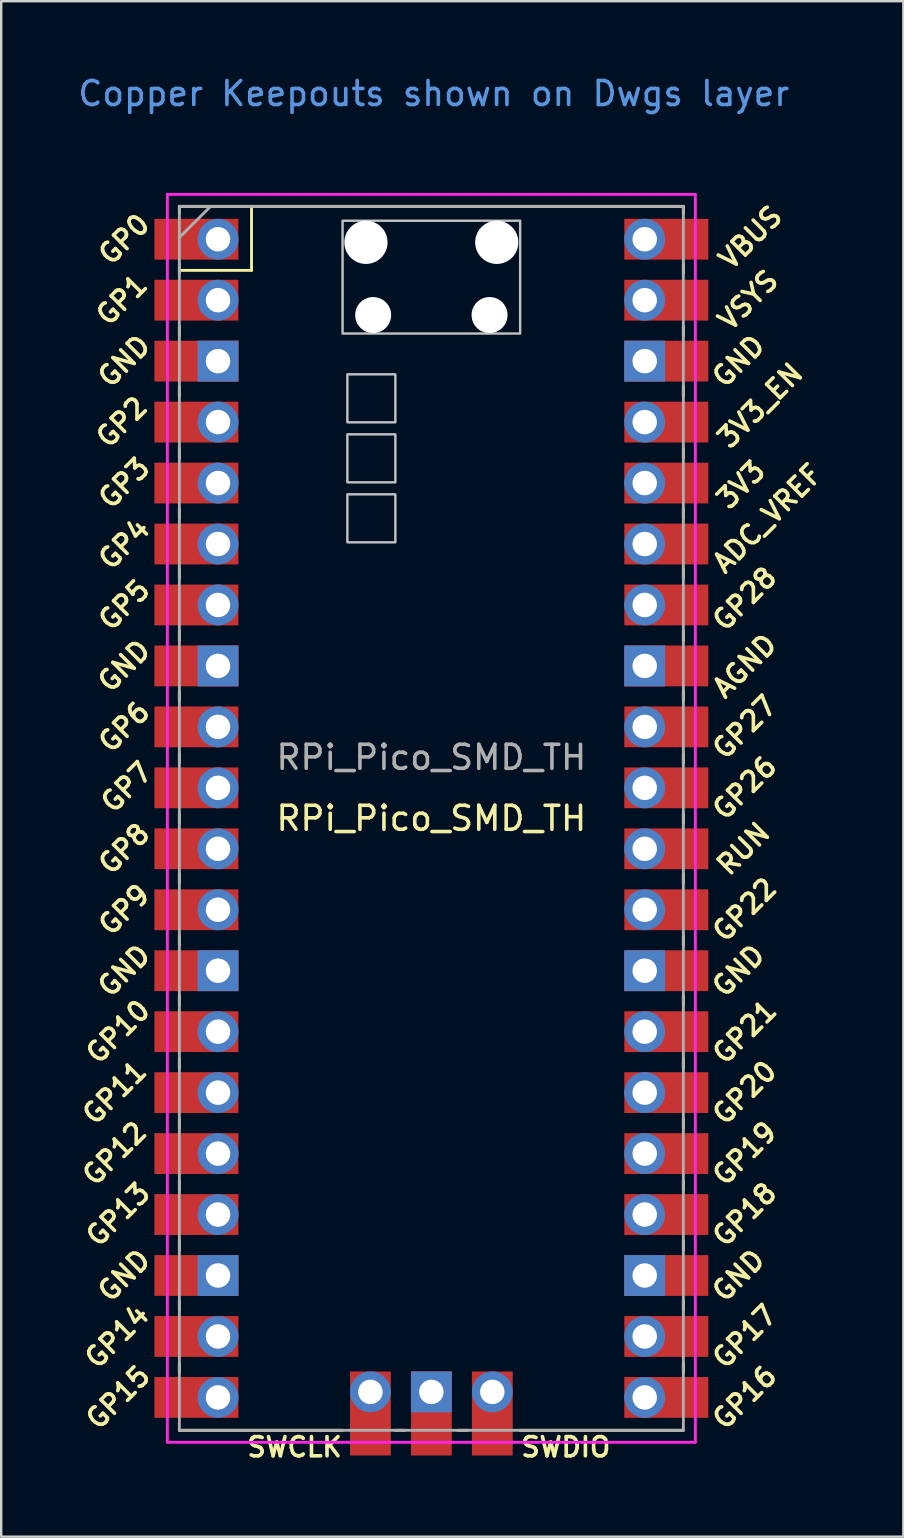
<source format=kicad_pcb>
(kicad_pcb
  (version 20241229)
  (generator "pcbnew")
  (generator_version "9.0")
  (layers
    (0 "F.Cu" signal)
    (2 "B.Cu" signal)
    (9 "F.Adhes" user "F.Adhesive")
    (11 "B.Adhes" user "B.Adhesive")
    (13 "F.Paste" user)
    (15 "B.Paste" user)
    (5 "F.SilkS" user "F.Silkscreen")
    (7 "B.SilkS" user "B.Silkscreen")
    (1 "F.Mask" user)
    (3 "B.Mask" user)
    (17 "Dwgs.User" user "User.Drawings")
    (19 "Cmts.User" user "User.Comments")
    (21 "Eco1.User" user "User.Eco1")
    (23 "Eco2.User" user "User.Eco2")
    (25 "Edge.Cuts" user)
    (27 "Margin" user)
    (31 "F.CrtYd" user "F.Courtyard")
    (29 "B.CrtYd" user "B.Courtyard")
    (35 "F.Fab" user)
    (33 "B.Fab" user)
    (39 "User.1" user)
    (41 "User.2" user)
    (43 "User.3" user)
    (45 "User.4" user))
  (footprint "RPi_Pico_SMD_TH"
    (layer "F.Cu")
    (at 14.924 31.048)
    (property "Reference" "RPi_Pico_SMD_TH" (at 0 0 0) (layer "F.SilkS") (effects (font (size 1 1) (thickness 0.15))))
    (attr through_hole)
    (fp_line (start -10.5 -25.5) (end -10.5 -25.2) (stroke (width 0.12) (type solid)) (layer "F.SilkS"))
    (fp_line (start -10.5 -25.5) (end 10.5 -25.5) (stroke (width 0.12) (type solid)) (layer "F.SilkS"))
    (fp_line (start -10.5 -23.1) (end -10.5 -22.7) (stroke (width 0.12) (type solid)) (layer "F.SilkS"))
    (fp_line (start -10.5 -22.833) (end -7.493 -22.833) (stroke (width 0.12) (type solid)) (layer "F.SilkS"))
    (fp_line (start -10.5 -20.5) (end -10.5 -20.1) (stroke (width 0.12) (type solid)) (layer "F.SilkS"))
    (fp_line (start -10.5 -18) (end -10.5 -17.6) (stroke (width 0.12) (type solid)) (layer "F.SilkS"))
    (fp_line (start -10.5 -15.4) (end -10.5 -15) (stroke (width 0.12) (type solid)) (layer "F.SilkS"))
    (fp_line (start -10.5 -12.9) (end -10.5 -12.5) (stroke (width 0.12) (type solid)) (layer "F.SilkS"))
    (fp_line (start -10.5 -10.4) (end -10.5 -10) (stroke (width 0.12) (type solid)) (layer "F.SilkS"))
    (fp_line (start -10.5 -7.8) (end -10.5 -7.4) (stroke (width 0.12) (type solid)) (layer "F.SilkS"))
    (fp_line (start -10.5 -5.3) (end -10.5 -4.9) (stroke (width 0.12) (type solid)) (layer "F.SilkS"))
    (fp_line (start -10.5 -2.7) (end -10.5 -2.3) (stroke (width 0.12) (type solid)) (layer "F.SilkS"))
    (fp_line (start -10.5 -0.2) (end -10.5 0.2) (stroke (width 0.12) (type solid)) (layer "F.SilkS"))
    (fp_line (start -10.5 2.3) (end -10.5 2.7) (stroke (width 0.12) (type solid)) (layer "F.SilkS"))
    (fp_line (start -10.5 4.9) (end -10.5 5.3) (stroke (width 0.12) (type solid)) (layer "F.SilkS"))
    (fp_line (start -10.5 7.4) (end -10.5 7.8) (stroke (width 0.12) (type solid)) (layer "F.SilkS"))
    (fp_line (start -10.5 10) (end -10.5 10.4) (stroke (width 0.12) (type solid)) (layer "F.SilkS"))
    (fp_line (start -10.5 12.5) (end -10.5 12.9) (stroke (width 0.12) (type solid)) (layer "F.SilkS"))
    (fp_line (start -10.5 15.1) (end -10.5 15.5) (stroke (width 0.12) (type solid)) (layer "F.SilkS"))
    (fp_line (start -10.5 17.6) (end -10.5 18) (stroke (width 0.12) (type solid)) (layer "F.SilkS"))
    (fp_line (start -10.5 20.1) (end -10.5 20.5) (stroke (width 0.12) (type solid)) (layer "F.SilkS"))
    (fp_line (start -10.5 22.7) (end -10.5 23.1) (stroke (width 0.12) (type solid)) (layer "F.SilkS"))
    (fp_line (start -7.493 -22.833) (end -7.493 -25.5) (stroke (width 0.12) (type solid)) (layer "F.SilkS"))
    (fp_line (start -3.7 25.5) (end -10.5 25.5) (stroke (width 0.12) (type solid)) (layer "F.SilkS"))
    (fp_line (start -1.5 25.5) (end -1.1 25.5) (stroke (width 0.12) (type solid)) (layer "F.SilkS"))
    (fp_line (start 1.1 25.5) (end 1.5 25.5) (stroke (width 0.12) (type solid)) (layer "F.SilkS"))
    (fp_line (start 10.5 -25.5) (end 10.5 -25.2) (stroke (width 0.12) (type solid)) (layer "F.SilkS"))
    (fp_line (start 10.5 -23.1) (end 10.5 -22.7) (stroke (width 0.12) (type solid)) (layer "F.SilkS"))
    (fp_line (start 10.5 -20.5) (end 10.5 -20.1) (stroke (width 0.12) (type solid)) (layer "F.SilkS"))
    (fp_line (start 10.5 -18) (end 10.5 -17.6) (stroke (width 0.12) (type solid)) (layer "F.SilkS"))
    (fp_line (start 10.5 -15.4) (end 10.5 -15) (stroke (width 0.12) (type solid)) (layer "F.SilkS"))
    (fp_line (start 10.5 -12.9) (end 10.5 -12.5) (stroke (width 0.12) (type solid)) (layer "F.SilkS"))
    (fp_line (start 10.5 -10.4) (end 10.5 -10) (stroke (width 0.12) (type solid)) (layer "F.SilkS"))
    (fp_line (start 10.5 -7.8) (end 10.5 -7.4) (stroke (width 0.12) (type solid)) (layer "F.SilkS"))
    (fp_line (start 10.5 -5.3) (end 10.5 -4.9) (stroke (width 0.12) (type solid)) (layer "F.SilkS"))
    (fp_line (start 10.5 -2.7) (end 10.5 -2.3) (stroke (width 0.12) (type solid)) (layer "F.SilkS"))
    (fp_line (start 10.5 -0.2) (end 10.5 0.2) (stroke (width 0.12) (type solid)) (layer "F.SilkS"))
    (fp_line (start 10.5 2.3) (end 10.5 2.7) (stroke (width 0.12) (type solid)) (layer "F.SilkS"))
    (fp_line (start 10.5 4.9) (end 10.5 5.3) (stroke (width 0.12) (type solid)) (layer "F.SilkS"))
    (fp_line (start 10.5 7.4) (end 10.5 7.8) (stroke (width 0.12) (type solid)) (layer "F.SilkS"))
    (fp_line (start 10.5 10) (end 10.5 10.4) (stroke (width 0.12) (type solid)) (layer "F.SilkS"))
    (fp_line (start 10.5 12.5) (end 10.5 12.9) (stroke (width 0.12) (type solid)) (layer "F.SilkS"))
    (fp_line (start 10.5 15.1) (end 10.5 15.5) (stroke (width 0.12) (type solid)) (layer "F.SilkS"))
    (fp_line (start 10.5 17.6) (end 10.5 18) (stroke (width 0.12) (type solid)) (layer "F.SilkS"))
    (fp_line (start 10.5 20.1) (end 10.5 20.5) (stroke (width 0.12) (type solid)) (layer "F.SilkS"))
    (fp_line (start 10.5 22.7) (end 10.5 23.1) (stroke (width 0.12) (type solid)) (layer "F.SilkS"))
    (fp_line (start 10.5 25.5) (end 3.7 25.5) (stroke (width 0.12) (type solid)) (layer "F.SilkS"))
    (fp_poly (pts (xy -1.5 -16.5) (xy -3.5 -16.5) (xy -3.5 -18.5) (xy -1.5 -18.5)) (stroke (width 0.1) (type solid)) (fill no) (layer "Dwgs.User"))
    (fp_poly (pts (xy -1.5 -14) (xy -3.5 -14) (xy -3.5 -16) (xy -1.5 -16)) (stroke (width 0.1) (type solid)) (fill no) (layer "Dwgs.User"))
    (fp_poly (pts (xy -1.5 -11.5) (xy -3.5 -11.5) (xy -3.5 -13.5) (xy -1.5 -13.5)) (stroke (width 0.1) (type solid)) (fill no) (layer "Dwgs.User"))
    (fp_poly (pts (xy 3.7 -20.2) (xy -3.7 -20.2) (xy -3.7 -24.9) (xy 3.7 -24.9)) (stroke (width 0.1) (type solid)) (fill no) (layer "Dwgs.User"))
    (fp_line (start -11 -26) (end 11 -26) (stroke (width 0.12) (type solid)) (layer "F.CrtYd"))
    (fp_line (start -11 26) (end -11 -26) (stroke (width 0.12) (type solid)) (layer "F.CrtYd"))
    (fp_line (start 11 -26) (end 11 26) (stroke (width 0.12) (type solid)) (layer "F.CrtYd"))
    (fp_line (start 11 26) (end -11 26) (stroke (width 0.12) (type solid)) (layer "F.CrtYd"))
    (fp_line (start -10.5 -25.5) (end 10.5 -25.5) (stroke (width 0.12) (type solid)) (layer "F.Fab"))
    (fp_line (start -10.5 -24.2) (end -9.2 -25.5) (stroke (width 0.12) (type solid)) (layer "F.Fab"))
    (fp_line (start -10.5 25.5) (end -10.5 -25.5) (stroke (width 0.12) (type solid)) (layer "F.Fab"))
    (fp_line (start 10.5 -25.5) (end 10.5 25.5) (stroke (width 0.12) (type solid)) (layer "F.Fab"))
    (fp_line (start 10.5 25.5) (end -10.5 25.5) (stroke (width 0.12) (type solid)) (layer "F.Fab"))
    (fp_text user "GP15" (at -13.054 24.13 45) (layer "F.SilkS") (effects (font (size 0.8 0.8) (thickness 0.15))))
    (fp_text user "GP6" (at -12.8 -3.81 45) (layer "F.SilkS") (effects (font (size 0.8 0.8) (thickness 0.15))))
    (fp_text user "ADC_VREF" (at 14 -12.5 45) (layer "F.SilkS") (effects (font (size 0.8 0.8) (thickness 0.15))))
    (fp_text user "GP5" (at -12.8 -8.89 45) (layer "F.SilkS") (effects (font (size 0.8 0.8) (thickness 0.15))))
    (fp_text user "GP16" (at 13.054 24.13 45) (layer "F.SilkS") (effects (font (size 0.8 0.8) (thickness 0.15))))
    (fp_text user "GP10" (at -13.054 8.89 45) (layer "F.SilkS") (effects (font (size 0.8 0.8) (thickness 0.15))))
    (fp_text user "GP3" (at -12.8 -13.97 45) (layer "F.SilkS") (effects (font (size 0.8 0.8) (thickness 0.15))))
    (fp_text user "GP1" (at -12.9 -21.6 45) (layer "F.SilkS") (effects (font (size 0.8 0.8) (thickness 0.15))))
    (fp_text user "GP19" (at 13.054 13.97 45) (layer "F.SilkS") (effects (font (size 0.8 0.8) (thickness 0.15))))
    (fp_text user "GP28" (at 13.054 -9.144 45) (layer "F.SilkS") (effects (font (size 0.8 0.8) (thickness 0.15))))
    (fp_text user "GP13" (at -13.054 16.51 45) (layer "F.SilkS") (effects (font (size 0.8 0.8) (thickness 0.15))))
    (fp_text user "GND" (at -12.8 -6.35 45) (layer "F.SilkS") (effects (font (size 0.8 0.8) (thickness 0.15))))
    (fp_text user "GND" (at -12.8 19.05 45) (layer "F.SilkS") (effects (font (size 0.8 0.8) (thickness 0.15))))
    (fp_text user "GP4" (at -12.8 -11.43 45) (layer "F.SilkS") (effects (font (size 0.8 0.8) (thickness 0.15))))
    (fp_text user "GP14" (at -13.1 21.59 45) (layer "F.SilkS") (effects (font (size 0.8 0.8) (thickness 0.15))))
    (fp_text user "SWCLK" (at -5.7 26.2 0) (layer "F.SilkS") (effects (font (size 0.8 0.8) (thickness 0.15))))
    (fp_text user "GP12" (at -13.2 13.97 45) (layer "F.SilkS") (effects (font (size 0.8 0.8) (thickness 0.15))))
    (fp_text user "GP11" (at -13.2 11.43 45) (layer "F.SilkS") (effects (font (size 0.8 0.8) (thickness 0.15))))
    (fp_text user "GND" (at -12.8 6.35 45) (layer "F.SilkS") (effects (font (size 0.8 0.8) (thickness 0.15))))
    (fp_text user "GP21" (at 13.054 8.9 45) (layer "F.SilkS") (effects (font (size 0.8 0.8) (thickness 0.15))))
    (fp_text user "GP17" (at 13.054 21.59 45) (layer "F.SilkS") (effects (font (size 0.8 0.8) (thickness 0.15))))
    (fp_text user "GP7" (at -12.7 -1.3 45) (layer "F.SilkS") (effects (font (size 0.8 0.8) (thickness 0.15))))
    (fp_text user "GP9" (at -12.8 3.81 45) (layer "F.SilkS") (effects (font (size 0.8 0.8) (thickness 0.15))))
    (fp_text user "VSYS" (at 13.2 -21.59 45) (layer "F.SilkS") (effects (font (size 0.8 0.8) (thickness 0.15))))
    (fp_text user "3V3_EN" (at 13.7 -17.2 45) (layer "F.SilkS") (effects (font (size 0.8 0.8) (thickness 0.15))))
    (fp_text user "GP27" (at 13.054 -3.8 45) (layer "F.SilkS") (effects (font (size 0.8 0.8) (thickness 0.15))))
    (fp_text user "3V3" (at 12.9 -13.9 45) (layer "F.SilkS") (effects (font (size 0.8 0.8) (thickness 0.15))))
    (fp_text user "AGND" (at 13.054 -6.35 45) (layer "F.SilkS") (effects (font (size 0.8 0.8) (thickness 0.15))))
    (fp_text user "GND" (at -12.8 -19.05 45) (layer "F.SilkS") (effects (font (size 0.8 0.8) (thickness 0.15))))
    (fp_text user "VBUS" (at 13.3 -24.2 45) (layer "F.SilkS") (effects (font (size 0.8 0.8) (thickness 0.15))))
    (fp_text user "RUN" (at 13 1.27 45) (layer "F.SilkS") (effects (font (size 0.8 0.8) (thickness 0.15))))
    (fp_text user "GND" (at 12.8 6.35 45) (layer "F.SilkS") (effects (font (size 0.8 0.8) (thickness 0.15))))
    (fp_text user "GP20" (at 13.054 11.43 45) (layer "F.SilkS") (effects (font (size 0.8 0.8) (thickness 0.15))))
    (fp_text user "GP18" (at 13.054 16.51 45) (layer "F.SilkS") (effects (font (size 0.8 0.8) (thickness 0.15))))
    (fp_text user "GND" (at 12.8 -19.05 45) (layer "F.SilkS") (effects (font (size 0.8 0.8) (thickness 0.15))))
    (fp_text user "SWDIO" (at 5.6 26.2 0) (layer "F.SilkS") (effects (font (size 0.8 0.8) (thickness 0.15))))
    (fp_text user "GP2" (at -12.9 -16.51 45) (layer "F.SilkS") (effects (font (size 0.8 0.8) (thickness 0.15))))
    (fp_text user "GP0" (at -12.8 -24.13 45) (layer "F.SilkS") (effects (font (size 0.8 0.8) (thickness 0.15))))
    (fp_text user "GP8" (at -12.8 1.27 45) (layer "F.SilkS") (effects (font (size 0.8 0.8) (thickness 0.15))))
    (fp_text user "GND" (at 12.8 19.05 45) (layer "F.SilkS") (effects (font (size 0.8 0.8) (thickness 0.15))))
    (fp_text user "GP22" (at 13.054 3.81 45) (layer "F.SilkS") (effects (font (size 0.8 0.8) (thickness 0.15))))
    (fp_text user "GP26" (at 13.054 -1.27 45) (layer "F.SilkS") (effects (font (size 0.8 0.8) (thickness 0.15))))
    (fp_text user "Copper Keepouts shown on Dwgs layer" (at 0.1 -30.2 0) (layer "Cmts.User") (effects (font (size 1 1) (thickness 0.15))))
    (fp_text user "${REFERENCE}" (at 0 -2.54 180) (layer "F.Fab") (effects (font (size 1 1) (thickness 0.15))))
    (pad "" np_thru_hole oval (at -2.725 -24) (size 1.8 1.8) (drill 1.8) (layers "*.Cu" "*.Mask"))
    (pad "" np_thru_hole oval (at -2.425 -20.97) (size 1.5 1.5) (drill 1.5) (layers "*.Cu" "*.Mask"))
    (pad "" np_thru_hole oval (at 2.425 -20.97) (size 1.5 1.5) (drill 1.5) (layers "*.Cu" "*.Mask"))
    (pad "" np_thru_hole oval (at 2.725 -24) (size 1.8 1.8) (drill 1.8) (layers "*.Cu" "*.Mask"))
    (pad "1" thru_hole oval (at -8.89 -24.13) (size 1.7 1.7) (drill 1.02) (layers "*.Cu" "*.Mask"))
    (pad "1" smd rect (at -8.89 -24.13) (size 3.5 1.7) (drill (offset -0.9 0)) (layers "F.Cu" "F.Mask"))
    (pad "2" thru_hole oval (at -8.89 -21.59) (size 1.7 1.7) (drill 1.02) (layers "*.Cu" "*.Mask"))
    (pad "2" smd rect (at -8.89 -21.59) (size 3.5 1.7) (drill (offset -0.9 0)) (layers "F.Cu" "F.Mask"))
    (pad "3" thru_hole rect (at -8.89 -19.05) (size 1.7 1.7) (drill 1.02) (layers "*.Cu" "*.Mask"))
    (pad "3" smd rect (at -8.89 -19.05) (size 3.5 1.7) (drill (offset -0.9 0)) (layers "F.Cu" "F.Mask"))
    (pad "4" thru_hole oval (at -8.89 -16.51) (size 1.7 1.7) (drill 1.02) (layers "*.Cu" "*.Mask"))
    (pad "4" smd rect (at -8.89 -16.51) (size 3.5 1.7) (drill (offset -0.9 0)) (layers "F.Cu" "F.Mask"))
    (pad "5" thru_hole oval (at -8.89 -13.97) (size 1.7 1.7) (drill 1.02) (layers "*.Cu" "*.Mask"))
    (pad "5" smd rect (at -8.89 -13.97) (size 3.5 1.7) (drill (offset -0.9 0)) (layers "F.Cu" "F.Mask"))
    (pad "6" thru_hole oval (at -8.89 -11.43) (size 1.7 1.7) (drill 1.02) (layers "*.Cu" "*.Mask"))
    (pad "6" smd rect (at -8.89 -11.43) (size 3.5 1.7) (drill (offset -0.9 0)) (layers "F.Cu" "F.Mask"))
    (pad "7" thru_hole oval (at -8.89 -8.89) (size 1.7 1.7) (drill 1.02) (layers "*.Cu" "*.Mask"))
    (pad "7" smd rect (at -8.89 -8.89) (size 3.5 1.7) (drill (offset -0.9 0)) (layers "F.Cu" "F.Mask"))
    (pad "8" thru_hole rect (at -8.89 -6.35) (size 1.7 1.7) (drill 1.02) (layers "*.Cu" "*.Mask"))
    (pad "8" smd rect (at -8.89 -6.35) (size 3.5 1.7) (drill (offset -0.9 0)) (layers "F.Cu" "F.Mask"))
    (pad "9" thru_hole oval (at -8.89 -3.81) (size 1.7 1.7) (drill 1.02) (layers "*.Cu" "*.Mask"))
    (pad "9" smd rect (at -8.89 -3.81) (size 3.5 1.7) (drill (offset -0.9 0)) (layers "F.Cu" "F.Mask"))
    (pad "10" thru_hole oval (at -8.89 -1.27) (size 1.7 1.7) (drill 1.02) (layers "*.Cu" "*.Mask"))
    (pad "10" smd rect (at -8.89 -1.27) (size 3.5 1.7) (drill (offset -0.9 0)) (layers "F.Cu" "F.Mask"))
    (pad "11" thru_hole oval (at -8.89 1.27) (size 1.7 1.7) (drill 1.02) (layers "*.Cu" "*.Mask"))
    (pad "11" smd rect (at -8.89 1.27) (size 3.5 1.7) (drill (offset -0.9 0)) (layers "F.Cu" "F.Mask"))
    (pad "12" thru_hole oval (at -8.89 3.81) (size 1.7 1.7) (drill 1.02) (layers "*.Cu" "*.Mask"))
    (pad "12" smd rect (at -8.89 3.81) (size 3.5 1.7) (drill (offset -0.9 0)) (layers "F.Cu" "F.Mask"))
    (pad "13" thru_hole rect (at -8.89 6.35) (size 1.7 1.7) (drill 1.02) (layers "*.Cu" "*.Mask"))
    (pad "13" smd rect (at -8.89 6.35) (size 3.5 1.7) (drill (offset -0.9 0)) (layers "F.Cu" "F.Mask"))
    (pad "14" thru_hole oval (at -8.89 8.89) (size 1.7 1.7) (drill 1.02) (layers "*.Cu" "*.Mask"))
    (pad "14" smd rect (at -8.89 8.89) (size 3.5 1.7) (drill (offset -0.9 0)) (layers "F.Cu" "F.Mask"))
    (pad "15" thru_hole oval (at -8.89 11.43) (size 1.7 1.7) (drill 1.02) (layers "*.Cu" "*.Mask"))
    (pad "15" smd rect (at -8.89 11.43) (size 3.5 1.7) (drill (offset -0.9 0)) (layers "F.Cu" "F.Mask"))
    (pad "16" thru_hole oval (at -8.89 13.97) (size 1.7 1.7) (drill 1.02) (layers "*.Cu" "*.Mask"))
    (pad "16" smd rect (at -8.89 13.97) (size 3.5 1.7) (drill (offset -0.9 0)) (layers "F.Cu" "F.Mask"))
    (pad "17" thru_hole oval (at -8.89 16.51) (size 1.7 1.7) (drill 1.02) (layers "*.Cu" "*.Mask"))
    (pad "17" smd rect (at -8.89 16.51) (size 3.5 1.7) (drill (offset -0.9 0)) (layers "F.Cu" "F.Mask"))
    (pad "18" thru_hole rect (at -8.89 19.05) (size 1.7 1.7) (drill 1.02) (layers "*.Cu" "*.Mask"))
    (pad "18" smd rect (at -8.89 19.05) (size 3.5 1.7) (drill (offset -0.9 0)) (layers "F.Cu" "F.Mask"))
    (pad "19" thru_hole oval (at -8.89 21.59) (size 1.7 1.7) (drill 1.02) (layers "*.Cu" "*.Mask"))
    (pad "19" smd rect (at -8.89 21.59) (size 3.5 1.7) (drill (offset -0.9 0)) (layers "F.Cu" "F.Mask"))
    (pad "20" thru_hole oval (at -8.89 24.13) (size 1.7 1.7) (drill 1.02) (layers "*.Cu" "*.Mask"))
    (pad "20" smd rect (at -8.89 24.13) (size 3.5 1.7) (drill (offset -0.9 0)) (layers "F.Cu" "F.Mask"))
    (pad "21" thru_hole oval (at 8.89 24.13) (size 1.7 1.7) (drill 1.02) (layers "*.Cu" "*.Mask"))
    (pad "21" smd rect (at 8.89 24.13) (size 3.5 1.7) (drill (offset 0.9 0)) (layers "F.Cu" "F.Mask"))
    (pad "22" thru_hole oval (at 8.89 21.59) (size 1.7 1.7) (drill 1.02) (layers "*.Cu" "*.Mask"))
    (pad "22" smd rect (at 8.89 21.59) (size 3.5 1.7) (drill (offset 0.9 0)) (layers "F.Cu" "F.Mask"))
    (pad "23" thru_hole rect (at 8.89 19.05) (size 1.7 1.7) (drill 1.02) (layers "*.Cu" "*.Mask"))
    (pad "23" smd rect (at 8.89 19.05) (size 3.5 1.7) (drill (offset 0.9 0)) (layers "F.Cu" "F.Mask"))
    (pad "24" thru_hole oval (at 8.89 16.51) (size 1.7 1.7) (drill 1.02) (layers "*.Cu" "*.Mask"))
    (pad "24" smd rect (at 8.89 16.51) (size 3.5 1.7) (drill (offset 0.9 0)) (layers "F.Cu" "F.Mask"))
    (pad "25" thru_hole oval (at 8.89 13.97) (size 1.7 1.7) (drill 1.02) (layers "*.Cu" "*.Mask"))
    (pad "25" smd rect (at 8.89 13.97) (size 3.5 1.7) (drill (offset 0.9 0)) (layers "F.Cu" "F.Mask"))
    (pad "26" thru_hole oval (at 8.89 11.43) (size 1.7 1.7) (drill 1.02) (layers "*.Cu" "*.Mask"))
    (pad "26" smd rect (at 8.89 11.43) (size 3.5 1.7) (drill (offset 0.9 0)) (layers "F.Cu" "F.Mask"))
    (pad "27" thru_hole oval (at 8.89 8.89) (size 1.7 1.7) (drill 1.02) (layers "*.Cu" "*.Mask"))
    (pad "27" smd rect (at 8.89 8.89) (size 3.5 1.7) (drill (offset 0.9 0)) (layers "F.Cu" "F.Mask"))
    (pad "28" thru_hole rect (at 8.89 6.35) (size 1.7 1.7) (drill 1.02) (layers "*.Cu" "*.Mask"))
    (pad "28" smd rect (at 8.89 6.35) (size 3.5 1.7) (drill (offset 0.9 0)) (layers "F.Cu" "F.Mask"))
    (pad "29" thru_hole oval (at 8.89 3.81) (size 1.7 1.7) (drill 1.02) (layers "*.Cu" "*.Mask"))
    (pad "29" smd rect (at 8.89 3.81) (size 3.5 1.7) (drill (offset 0.9 0)) (layers "F.Cu" "F.Mask"))
    (pad "30" thru_hole oval (at 8.89 1.27) (size 1.7 1.7) (drill 1.02) (layers "*.Cu" "*.Mask"))
    (pad "30" smd rect (at 8.89 1.27) (size 3.5 1.7) (drill (offset 0.9 0)) (layers "F.Cu" "F.Mask"))
    (pad "31" thru_hole oval (at 8.89 -1.27) (size 1.7 1.7) (drill 1.02) (layers "*.Cu" "*.Mask"))
    (pad "31" smd rect (at 8.89 -1.27) (size 3.5 1.7) (drill (offset 0.9 0)) (layers "F.Cu" "F.Mask"))
    (pad "32" thru_hole oval (at 8.89 -3.81) (size 1.7 1.7) (drill 1.02) (layers "*.Cu" "*.Mask"))
    (pad "32" smd rect (at 8.89 -3.81) (size 3.5 1.7) (drill (offset 0.9 0)) (layers "F.Cu" "F.Mask"))
    (pad "33" thru_hole rect (at 8.89 -6.35) (size 1.7 1.7) (drill 1.02) (layers "*.Cu" "*.Mask"))
    (pad "33" smd rect (at 8.89 -6.35) (size 3.5 1.7) (drill (offset 0.9 0)) (layers "F.Cu" "F.Mask"))
    (pad "34" thru_hole oval (at 8.89 -8.89) (size 1.7 1.7) (drill 1.02) (layers "*.Cu" "*.Mask"))
    (pad "34" smd rect (at 8.89 -8.89) (size 3.5 1.7) (drill (offset 0.9 0)) (layers "F.Cu" "F.Mask"))
    (pad "35" thru_hole oval (at 8.89 -11.43) (size 1.7 1.7) (drill 1.02) (layers "*.Cu" "*.Mask"))
    (pad "35" smd rect (at 8.89 -11.43) (size 3.5 1.7) (drill (offset 0.9 0)) (layers "F.Cu" "F.Mask"))
    (pad "36" thru_hole oval (at 8.89 -13.97) (size 1.7 1.7) (drill 1.02) (layers "*.Cu" "*.Mask"))
    (pad "36" smd rect (at 8.89 -13.97) (size 3.5 1.7) (drill (offset 0.9 0)) (layers "F.Cu" "F.Mask"))
    (pad "37" thru_hole oval (at 8.89 -16.51) (size 1.7 1.7) (drill 1.02) (layers "*.Cu" "*.Mask"))
    (pad "37" smd rect (at 8.89 -16.51) (size 3.5 1.7) (drill (offset 0.9 0)) (layers "F.Cu" "F.Mask"))
    (pad "38" thru_hole rect (at 8.89 -19.05) (size 1.7 1.7) (drill 1.02) (layers "*.Cu" "*.Mask"))
    (pad "38" smd rect (at 8.89 -19.05) (size 3.5 1.7) (drill (offset 0.9 0)) (layers "F.Cu" "F.Mask"))
    (pad "39" thru_hole oval (at 8.89 -21.59) (size 1.7 1.7) (drill 1.02) (layers "*.Cu" "*.Mask"))
    (pad "39" smd rect (at 8.89 -21.59) (size 3.5 1.7) (drill (offset 0.9 0)) (layers "F.Cu" "F.Mask"))
    (pad "40" thru_hole oval (at 8.89 -24.13) (size 1.7 1.7) (drill 1.02) (layers "*.Cu" "*.Mask"))
    (pad "40" smd rect (at 8.89 -24.13) (size 3.5 1.7) (drill (offset 0.9 0)) (layers "F.Cu" "F.Mask"))
    (pad "41" thru_hole oval (at -2.54 23.9) (size 1.7 1.7) (drill 1.02) (layers "*.Cu" "*.Mask"))
    (pad "41" smd rect (at -2.54 23.9 90) (size 3.5 1.7) (drill (offset -0.9 0)) (layers "F.Cu" "F.Mask"))
    (pad "42" thru_hole rect (at 0 23.9) (size 1.7 1.7) (drill 1.02) (layers "*.Cu" "*.Mask"))
    (pad "42" smd rect (at 0 23.9 90) (size 3.5 1.7) (drill (offset -0.9 0)) (layers "F.Cu" "F.Mask"))
    (pad "43" thru_hole oval (at 2.54 23.9) (size 1.7 1.7) (drill 1.02) (layers "*.Cu" "*.Mask"))
    (pad "43" smd rect (at 2.54 23.9 90) (size 3.5 1.7) (drill (offset -0.9 0)) (layers "F.Cu" "F.Mask")))
  (gr_rect
    (start -3 -3)
    (end 34.591 60.98)
    (stroke (width 0.1) (type default))
    (fill no)
    (layer "Edge.Cuts")))
</source>
